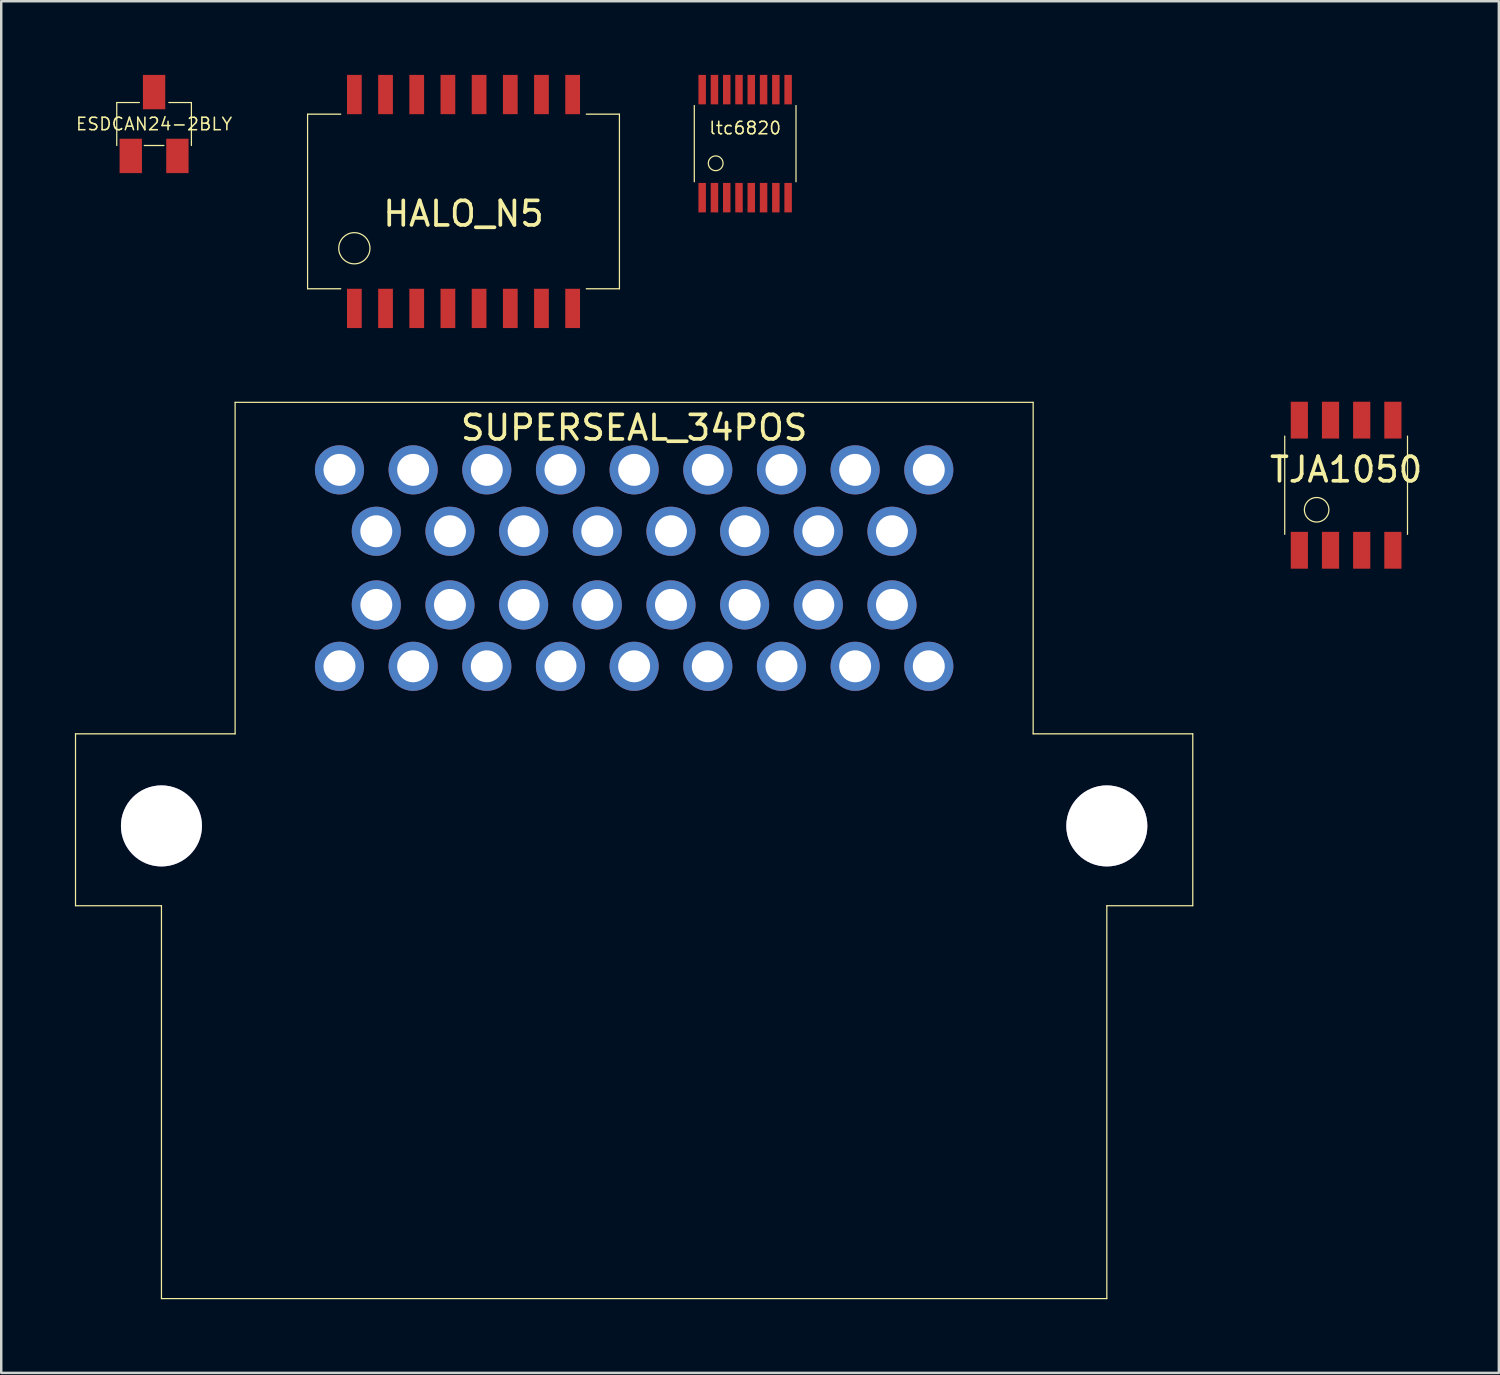
<source format=kicad_pcb>
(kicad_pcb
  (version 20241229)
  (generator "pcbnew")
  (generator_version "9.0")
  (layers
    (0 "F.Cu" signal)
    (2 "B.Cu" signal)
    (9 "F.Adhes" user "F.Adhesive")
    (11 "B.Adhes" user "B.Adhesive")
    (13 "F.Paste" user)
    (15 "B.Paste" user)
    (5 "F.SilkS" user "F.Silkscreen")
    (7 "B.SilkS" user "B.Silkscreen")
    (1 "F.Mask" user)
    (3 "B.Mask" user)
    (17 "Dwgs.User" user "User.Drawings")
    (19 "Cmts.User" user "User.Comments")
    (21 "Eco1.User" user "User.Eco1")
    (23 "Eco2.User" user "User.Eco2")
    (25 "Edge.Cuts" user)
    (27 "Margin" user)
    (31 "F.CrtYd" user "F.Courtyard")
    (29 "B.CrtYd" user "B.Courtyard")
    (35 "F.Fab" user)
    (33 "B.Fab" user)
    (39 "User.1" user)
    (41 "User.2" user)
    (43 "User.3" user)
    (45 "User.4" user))
  (footprint "ltc6820"
    (layer "F.Cu")
    (at 27.296 2.8)
    (property "Reference" "ltc6820" (at 0 -0.635 0) (layer "F.SilkS") (effects (font (size 0.508 0.508) (thickness 0.064))))
    (attr through_hole)
    (fp_line (start -2.071 1.551) (end -2.071 -1.551) (stroke (width 0.05) (type solid)) (layer "F.SilkS"))
    (fp_line (start 2.071 1.551) (end 2.071 -1.551) (stroke (width 0.05) (type solid)) (layer "F.SilkS"))
    (fp_circle (center -1.2 0.8) (end -0.9 0.8) (stroke (width 0.05) (type solid)) (fill no) (layer "F.SilkS"))
    (pad "1" smd rect (at -1.75 2.2) (size 0.305 1.2) (layers "F.Cu" "F.Mask" "F.Paste"))
    (pad "2" smd rect (at -1.25 2.2) (size 0.305 1.2) (layers "F.Cu" "F.Mask" "F.Paste"))
    (pad "3" smd rect (at -0.75 2.2) (size 0.305 1.2) (layers "F.Cu" "F.Mask" "F.Paste"))
    (pad "4" smd rect (at -0.25 2.2) (size 0.305 1.2) (layers "F.Cu" "F.Mask" "F.Paste"))
    (pad "5" smd rect (at 0.25 2.2) (size 0.305 1.2) (layers "F.Cu" "F.Mask" "F.Paste"))
    (pad "6" smd rect (at 0.75 2.2) (size 0.305 1.2) (layers "F.Cu" "F.Mask" "F.Paste"))
    (pad "7" smd rect (at 1.25 2.2) (size 0.305 1.2) (layers "F.Cu" "F.Mask" "F.Paste"))
    (pad "8" smd rect (at 1.75 2.2) (size 0.305 1.2) (layers "F.Cu" "F.Mask" "F.Paste"))
    (pad "9" smd rect (at 1.75 -2.2) (size 0.305 1.2) (layers "F.Cu" "F.Mask" "F.Paste"))
    (pad "10" smd rect (at 1.25 -2.2) (size 0.305 1.2) (layers "F.Cu" "F.Mask" "F.Paste"))
    (pad "11" smd rect (at 0.75 -2.2) (size 0.305 1.2) (layers "F.Cu" "F.Mask" "F.Paste"))
    (pad "12" smd rect (at 0.25 -2.2) (size 0.305 1.2) (layers "F.Cu" "F.Mask" "F.Paste"))
    (pad "13" smd rect (at -0.25 -2.2) (size 0.305 1.2) (layers "F.Cu" "F.Mask" "F.Paste"))
    (pad "14" smd rect (at -0.75 -2.2) (size 0.305 1.2) (layers "F.Cu" "F.Mask" "F.Paste"))
    (pad "15" smd rect (at -1.25 -2.2) (size 0.305 1.2) (layers "F.Cu" "F.Mask" "F.Paste"))
    (pad "16" smd rect (at -1.75 -2.2) (size 0.305 1.2) (layers "F.Cu" "F.Mask" "F.Paste")))
  (footprint "HALO_N5"
    (layer "F.Cu")
    (at 15.826 5.155)
    (property "Reference" "HALO_N5" (at 0 0.5 0) (layer "F.SilkS") (effects (font (size 1 1) (thickness 0.15))))
    (attr through_hole)
    (fp_line (start -6.35 -3.555) (end -5 -3.555) (stroke (width 0.05) (type solid)) (layer "F.SilkS"))
    (fp_line (start -6.35 3.555) (end -6.35 -3.555) (stroke (width 0.05) (type solid)) (layer "F.SilkS"))
    (fp_line (start -6.35 3.555) (end -5 3.555) (stroke (width 0.05) (type solid)) (layer "F.SilkS"))
    (fp_line (start 6.35 -3.555) (end 5 -3.555) (stroke (width 0.05) (type solid)) (layer "F.SilkS"))
    (fp_line (start 6.35 3.555) (end 5 3.555) (stroke (width 0.05) (type solid)) (layer "F.SilkS"))
    (fp_line (start 6.35 3.555) (end 6.35 -3.555) (stroke (width 0.05) (type solid)) (layer "F.SilkS"))
    (fp_circle (center -4.445 1.905) (end -3.81 1.905) (stroke (width 0.05) (type solid)) (fill no) (layer "F.SilkS"))
    (pad "" smd rect (at -0.635 -4.355) (size 0.6 1.6) (layers "F.Cu" "F.Mask" "F.Paste"))
    (pad "" smd rect (at -0.635 4.355) (size 0.6 1.6) (layers "F.Cu" "F.Mask" "F.Paste"))
    (pad "" smd rect (at 0.635 -4.355) (size 0.6 1.6) (layers "F.Cu" "F.Mask" "F.Paste"))
    (pad "" smd rect (at 0.635 4.355) (size 0.6 1.6) (layers "F.Cu" "F.Mask" "F.Paste"))
    (pad "1" smd rect (at -4.445 4.355) (size 0.6 1.6) (layers "F.Cu" "F.Mask" "F.Paste"))
    (pad "2" smd rect (at -3.175 4.355) (size 0.6 1.6) (layers "F.Cu" "F.Mask" "F.Paste"))
    (pad "3" smd rect (at -1.905 4.355) (size 0.6 1.6) (layers "F.Cu" "F.Mask" "F.Paste"))
    (pad "4" smd rect (at 1.905 4.355) (size 0.6 1.6) (layers "F.Cu" "F.Mask" "F.Paste"))
    (pad "5" smd rect (at 3.175 4.355) (size 0.6 1.6) (layers "F.Cu" "F.Mask" "F.Paste"))
    (pad "6" smd rect (at 4.445 4.355) (size 0.6 1.6) (layers "F.Cu" "F.Mask" "F.Paste"))
    (pad "7" smd rect (at 4.445 -4.355) (size 0.6 1.6) (layers "F.Cu" "F.Mask" "F.Paste"))
    (pad "8" smd rect (at 3.175 -4.355) (size 0.6 1.6) (layers "F.Cu" "F.Mask" "F.Paste"))
    (pad "9" smd rect (at 1.905 -4.355) (size 0.6 1.6) (layers "F.Cu" "F.Mask" "F.Paste"))
    (pad "10" smd rect (at -1.905 -4.355) (size 0.6 1.6) (layers "F.Cu" "F.Mask" "F.Paste"))
    (pad "11" smd rect (at -3.175 -4.355) (size 0.6 1.6) (layers "F.Cu" "F.Mask" "F.Paste"))
    (pad "12" smd rect (at -4.445 -4.355) (size 0.6 1.6) (layers "F.Cu" "F.Mask" "F.Paste")))
  (footprint "TJA1050"
    (layer "F.Cu")
    (at 51.77 16.71)
    (property "Reference" "TJA1050" (at 0 -0.635 0) (layer "F.SilkS") (effects (font (size 1 1) (thickness 0.15))))
    (attr through_hole)
    (fp_line (start -2.5 2) (end -2.5 -2) (stroke (width 0.05) (type solid)) (layer "F.SilkS"))
    (fp_line (start 2.5 2) (end 2.5 -2) (stroke (width 0.05) (type solid)) (layer "F.SilkS"))
    (fp_circle (center -1.2 1) (end -0.7 1) (stroke (width 0.05) (type solid)) (fill no) (layer "F.SilkS"))
    (pad "1" smd rect (at -1.905 2.65) (size 0.7 1.5) (layers "F.Cu" "F.Mask" "F.Paste"))
    (pad "2" smd rect (at -0.635 2.65) (size 0.7 1.5) (layers "F.Cu" "F.Mask" "F.Paste"))
    (pad "3" smd rect (at 0.635 2.65) (size 0.7 1.5) (layers "F.Cu" "F.Mask" "F.Paste"))
    (pad "4" smd rect (at 1.905 2.65) (size 0.7 1.5) (layers "F.Cu" "F.Mask" "F.Paste"))
    (pad "5" smd rect (at 1.905 -2.65) (size 0.7 1.5) (layers "F.Cu" "F.Mask" "F.Paste"))
    (pad "6" smd rect (at 0.635 -2.65) (size 0.7 1.5) (layers "F.Cu" "F.Mask" "F.Paste"))
    (pad "7" smd rect (at -0.635 -2.65) (size 0.7 1.5) (layers "F.Cu" "F.Mask" "F.Paste"))
    (pad "8" smd rect (at -1.905 -2.65) (size 0.7 1.5) (layers "F.Cu" "F.Mask" "F.Paste")))
  (footprint "ESDCAN24-2BLY"
    (layer "F.Cu")
    (at 3.225 2)
    (property "Reference" "ESDCAN24-2BLY" (at 0 0 0) (layer "F.SilkS") (effects (font (size 0.508 0.508) (thickness 0.064))))
    (attr through_hole)
    (fp_line (start -1.52 -0.875) (end -0.6 -0.875) (stroke (width 0.05) (type solid)) (layer "F.SilkS"))
    (fp_line (start -1.52 0.875) (end -1.52 -0.875) (stroke (width 0.05) (type solid)) (layer "F.SilkS"))
    (fp_line (start -0.4 0.875) (end 0.4 0.875) (stroke (width 0.05) (type solid)) (layer "F.SilkS"))
    (fp_line (start 1.52 -0.875) (end 0.6 -0.875) (stroke (width 0.05) (type solid)) (layer "F.SilkS"))
    (fp_line (start 1.52 -0.875) (end 1.52 0.875) (stroke (width 0.05) (type solid)) (layer "F.SilkS"))
    (pad "1" smd rect (at -0.95 1.3) (size 0.91 1.4) (layers "F.Cu" "F.Mask" "F.Paste"))
    (pad "2" smd rect (at 0.95 1.3) (size 0.91 1.4) (layers "F.Cu" "F.Mask" "F.Paste"))
    (pad "3" smd rect (at 0 -1.3) (size 0.91 1.4) (layers "F.Cu" "F.Mask" "F.Paste")))
  (footprint "SUPERSEAL_34POS"
    (layer "F.Cu")
    (at 22.775 20.085)
    (property "Reference" "SUPERSEAL_34POS" (at 0 -5.715 0) (layer "F.SilkS") (effects (font (size 1 1) (thickness 0.15))))
    (attr through_hole)
    (fp_line (start -22.75 6.75) (end -22.75 13.75) (stroke (width 0.05) (type solid)) (layer "F.SilkS"))
    (fp_line (start -22.75 6.75) (end -16.25 6.75) (stroke (width 0.05) (type solid)) (layer "F.SilkS"))
    (fp_line (start -22.75 13.75) (end -19.25 13.75) (stroke (width 0.05) (type solid)) (layer "F.SilkS"))
    (fp_line (start -19.25 13.75) (end -19.25 29.75) (stroke (width 0.05) (type solid)) (layer "F.SilkS"))
    (fp_line (start -19.25 29.75) (end 19.25 29.75) (stroke (width 0.05) (type solid)) (layer "F.SilkS"))
    (fp_line (start -16.25 6.75) (end -16.25 -6.75) (stroke (width 0.05) (type solid)) (layer "F.SilkS"))
    (fp_line (start 16.25 -6.75) (end -16.25 -6.75) (stroke (width 0.05) (type solid)) (layer "F.SilkS"))
    (fp_line (start 16.25 6.75) (end 16.25 -6.75) (stroke (width 0.05) (type solid)) (layer "F.SilkS"))
    (fp_line (start 19.25 13.75) (end 19.25 29.75) (stroke (width 0.05) (type solid)) (layer "F.SilkS"))
    (fp_line (start 19.25 13.75) (end 22.75 13.75) (stroke (width 0.05) (type solid)) (layer "F.SilkS"))
    (fp_line (start 22.75 6.75) (end 16.25 6.75) (stroke (width 0.05) (type solid)) (layer "F.SilkS"))
    (fp_line (start 22.75 6.75) (end 22.75 13.75) (stroke (width 0.05) (type solid)) (layer "F.SilkS"))
    (pad "" thru_hole circle (at -19.25 10.5) (size 3.3 3.3) (drill 3.3) (layers "*.Cu" "*.Mask"))
    (pad "" thru_hole circle (at 19.25 10.5) (size 3.3 3.3) (drill 3.3) (layers "*.Cu" "*.Mask"))
    (pad "1" thru_hole circle (at -12 -4) (size 2 2) (drill 1.3) (layers "*.Cu" "*.Mask"))
    (pad "2" thru_hole circle (at -9 -4) (size 2 2) (drill 1.3) (layers "*.Cu" "*.Mask"))
    (pad "3" thru_hole circle (at -6 -4) (size 2 2) (drill 1.3) (layers "*.Cu" "*.Mask"))
    (pad "4" thru_hole circle (at -3 -4) (size 2 2) (drill 1.3) (layers "*.Cu" "*.Mask"))
    (pad "5" thru_hole circle (at 0 -4) (size 2 2) (drill 1.3) (layers "*.Cu" "*.Mask"))
    (pad "6" thru_hole circle (at 3 -4) (size 2 2) (drill 1.3) (layers "*.Cu" "*.Mask"))
    (pad "7" thru_hole circle (at 6 -4) (size 2 2) (drill 1.3) (layers "*.Cu" "*.Mask"))
    (pad "8" thru_hole circle (at 9 -4) (size 2 2) (drill 1.3) (layers "*.Cu" "*.Mask"))
    (pad "9" thru_hole circle (at 12 -4) (size 2 2) (drill 1.3) (layers "*.Cu" "*.Mask"))
    (pad "10" thru_hole circle (at -10.5 -1.5) (size 2 2) (drill 1.3) (layers "*.Cu" "*.Mask"))
    (pad "11" thru_hole circle (at -7.5 -1.5) (size 2 2) (drill 1.3) (layers "*.Cu" "*.Mask"))
    (pad "12" thru_hole circle (at -4.5 -1.5) (size 2 2) (drill 1.3) (layers "*.Cu" "*.Mask"))
    (pad "13" thru_hole circle (at -1.5 -1.5) (size 2 2) (drill 1.3) (layers "*.Cu" "*.Mask"))
    (pad "14" thru_hole circle (at 1.5 -1.5) (size 2 2) (drill 1.3) (layers "*.Cu" "*.Mask"))
    (pad "15" thru_hole circle (at 4.5 -1.5) (size 2 2) (drill 1.3) (layers "*.Cu" "*.Mask"))
    (pad "16" thru_hole circle (at 7.5 -1.5) (size 2 2) (drill 1.3) (layers "*.Cu" "*.Mask"))
    (pad "17" thru_hole circle (at 10.5 -1.5) (size 2 2) (drill 1.3) (layers "*.Cu" "*.Mask"))
    (pad "18" thru_hole circle (at -10.5 1.5) (size 2 2) (drill 1.3) (layers "*.Cu" "*.Mask"))
    (pad "19" thru_hole circle (at -7.5 1.5) (size 2 2) (drill 1.3) (layers "*.Cu" "*.Mask"))
    (pad "20" thru_hole circle (at -4.5 1.5) (size 2 2) (drill 1.3) (layers "*.Cu" "*.Mask"))
    (pad "21" thru_hole circle (at -1.5 1.5) (size 2 2) (drill 1.3) (layers "*.Cu" "*.Mask"))
    (pad "22" thru_hole circle (at 1.5 1.5) (size 2 2) (drill 1.3) (layers "*.Cu" "*.Mask"))
    (pad "23" thru_hole circle (at 4.5 1.5) (size 2 2) (drill 1.3) (layers "*.Cu" "*.Mask"))
    (pad "24" thru_hole circle (at 7.5 1.5) (size 2 2) (drill 1.3) (layers "*.Cu" "*.Mask"))
    (pad "25" thru_hole circle (at 10.5 1.5) (size 2 2) (drill 1.3) (layers "*.Cu" "*.Mask"))
    (pad "26" thru_hole circle (at -12 4) (size 2 2) (drill 1.3) (layers "*.Cu" "*.Mask"))
    (pad "27" thru_hole circle (at -9 4) (size 2 2) (drill 1.3) (layers "*.Cu" "*.Mask"))
    (pad "28" thru_hole circle (at -6 4) (size 2 2) (drill 1.3) (layers "*.Cu" "*.Mask"))
    (pad "29" thru_hole circle (at -3 4) (size 2 2) (drill 1.3) (layers "*.Cu" "*.Mask"))
    (pad "30" thru_hole circle (at 0 4) (size 2 2) (drill 1.3) (layers "*.Cu" "*.Mask"))
    (pad "31" thru_hole circle (at 3 4) (size 2 2) (drill 1.3) (layers "*.Cu" "*.Mask"))
    (pad "32" thru_hole circle (at 6 4) (size 2 2) (drill 1.3) (layers "*.Cu" "*.Mask"))
    (pad "33" thru_hole circle (at 9 4) (size 2 2) (drill 1.3) (layers "*.Cu" "*.Mask"))
    (pad "34" thru_hole circle (at 12 4) (size 2 2) (drill 1.3) (layers "*.Cu" "*.Mask")))
  (gr_rect
    (start -3 -3)
    (end 57.99 52.86)
    (stroke (width 0.1) (type default))
    (fill no)
    (layer "Edge.Cuts")))
</source>
